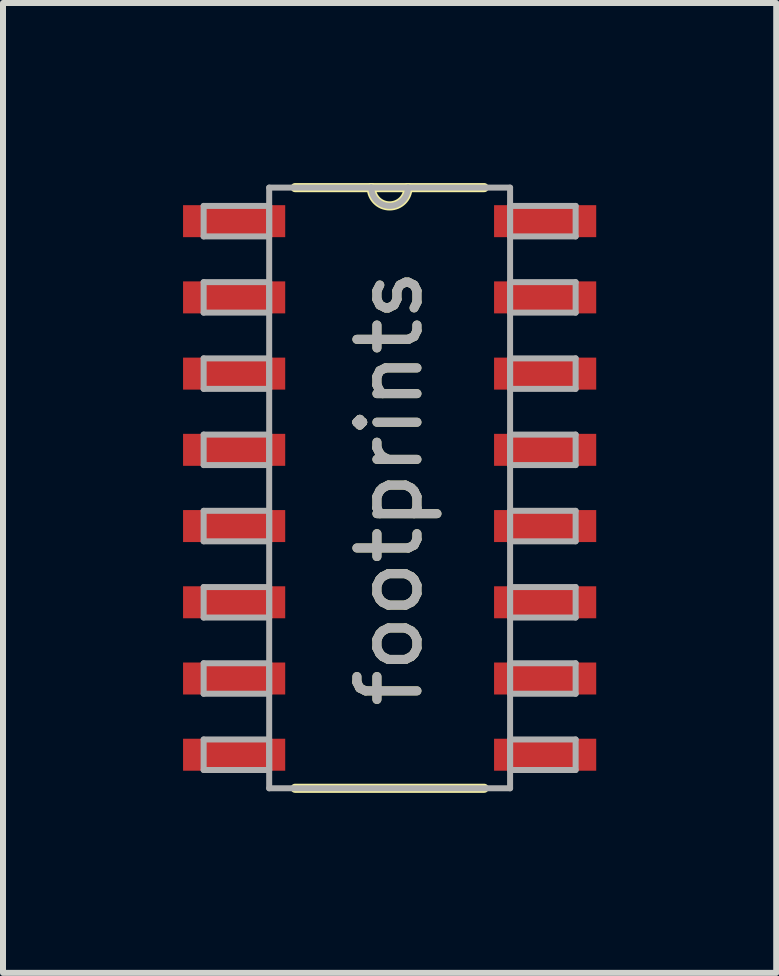
<source format=kicad_pcb>
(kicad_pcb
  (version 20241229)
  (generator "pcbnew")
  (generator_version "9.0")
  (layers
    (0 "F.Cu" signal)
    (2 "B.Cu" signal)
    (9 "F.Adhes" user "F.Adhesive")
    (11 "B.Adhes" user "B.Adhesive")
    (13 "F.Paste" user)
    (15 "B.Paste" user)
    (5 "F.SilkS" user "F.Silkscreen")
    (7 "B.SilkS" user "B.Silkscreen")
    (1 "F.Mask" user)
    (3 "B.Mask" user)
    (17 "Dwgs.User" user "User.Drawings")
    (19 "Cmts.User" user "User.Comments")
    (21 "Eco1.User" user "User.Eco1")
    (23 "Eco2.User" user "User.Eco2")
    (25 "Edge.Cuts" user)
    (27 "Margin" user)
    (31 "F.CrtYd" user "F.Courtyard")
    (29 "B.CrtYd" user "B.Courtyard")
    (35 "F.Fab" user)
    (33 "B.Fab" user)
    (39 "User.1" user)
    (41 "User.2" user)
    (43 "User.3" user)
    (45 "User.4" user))
  (footprint "footprints"
    (layer "F.Cu")
    (at 3.442 5.08)
    (property "Reference" "footprints" (at 0 0 90) (layer "F.SilkS") (effects (font (size 1 1) (thickness 0.15))))
    (attr through_hole)
    (fp_line (start -1.575 5.004) (end 1.575 5.004) (stroke (width 0.152) (type solid)) (layer "F.SilkS"))
    (fp_line (start -0.305 -5.004) (end -1.575 -5.004) (stroke (width 0.152) (type solid)) (layer "F.SilkS"))
    (fp_line (start 0.305 -5.004) (end -0.305 -5.004) (stroke (width 0.152) (type solid)) (layer "F.SilkS"))
    (fp_line (start 1.575 -5.004) (end 0.305 -5.004) (stroke (width 0.152) (type solid)) (layer "F.SilkS"))
    (fp_arc (start 0.3048 -5.0038) (mid 0 -4.699) (end -0.3048 -5.0038) (stroke (width 0.1524) (type solid)) (layer "F.SilkS"))
    (fp_line (start -3.099 -4.699) (end -3.099 -4.191) (stroke (width 0.1) (type solid)) (layer "F.Fab"))
    (fp_line (start -3.099 -4.191) (end -2.007 -4.191) (stroke (width 0.1) (type solid)) (layer "F.Fab"))
    (fp_line (start -3.099 -3.429) (end -3.099 -2.921) (stroke (width 0.1) (type solid)) (layer "F.Fab"))
    (fp_line (start -3.099 -2.921) (end -2.007 -2.921) (stroke (width 0.1) (type solid)) (layer "F.Fab"))
    (fp_line (start -3.099 -2.159) (end -3.099 -1.651) (stroke (width 0.1) (type solid)) (layer "F.Fab"))
    (fp_line (start -3.099 -1.651) (end -2.007 -1.651) (stroke (width 0.1) (type solid)) (layer "F.Fab"))
    (fp_line (start -3.099 -0.889) (end -3.099 -0.381) (stroke (width 0.1) (type solid)) (layer "F.Fab"))
    (fp_line (start -3.099 -0.381) (end -2.007 -0.381) (stroke (width 0.1) (type solid)) (layer "F.Fab"))
    (fp_line (start -3.099 0.381) (end -3.099 0.889) (stroke (width 0.1) (type solid)) (layer "F.Fab"))
    (fp_line (start -3.099 0.889) (end -2.007 0.889) (stroke (width 0.1) (type solid)) (layer "F.Fab"))
    (fp_line (start -3.099 1.651) (end -3.099 2.159) (stroke (width 0.1) (type solid)) (layer "F.Fab"))
    (fp_line (start -3.099 2.159) (end -2.007 2.159) (stroke (width 0.1) (type solid)) (layer "F.Fab"))
    (fp_line (start -3.099 2.921) (end -3.099 3.429) (stroke (width 0.1) (type solid)) (layer "F.Fab"))
    (fp_line (start -3.099 3.429) (end -2.007 3.429) (stroke (width 0.1) (type solid)) (layer "F.Fab"))
    (fp_line (start -3.099 4.191) (end -3.099 4.699) (stroke (width 0.1) (type solid)) (layer "F.Fab"))
    (fp_line (start -3.099 4.699) (end -2.007 4.699) (stroke (width 0.1) (type solid)) (layer "F.Fab"))
    (fp_line (start -2.007 -5.004) (end -2.007 5.004) (stroke (width 0.1) (type solid)) (layer "F.Fab"))
    (fp_line (start -2.007 -4.699) (end -3.099 -4.699) (stroke (width 0.1) (type solid)) (layer "F.Fab"))
    (fp_line (start -2.007 -4.191) (end -2.007 -4.699) (stroke (width 0.1) (type solid)) (layer "F.Fab"))
    (fp_line (start -2.007 -3.429) (end -3.099 -3.429) (stroke (width 0.1) (type solid)) (layer "F.Fab"))
    (fp_line (start -2.007 -2.921) (end -2.007 -3.429) (stroke (width 0.1) (type solid)) (layer "F.Fab"))
    (fp_line (start -2.007 -2.159) (end -3.099 -2.159) (stroke (width 0.1) (type solid)) (layer "F.Fab"))
    (fp_line (start -2.007 -1.651) (end -2.007 -2.159) (stroke (width 0.1) (type solid)) (layer "F.Fab"))
    (fp_line (start -2.007 -0.889) (end -3.099 -0.889) (stroke (width 0.1) (type solid)) (layer "F.Fab"))
    (fp_line (start -2.007 -0.381) (end -2.007 -0.889) (stroke (width 0.1) (type solid)) (layer "F.Fab"))
    (fp_line (start -2.007 0.381) (end -3.099 0.381) (stroke (width 0.1) (type solid)) (layer "F.Fab"))
    (fp_line (start -2.007 0.889) (end -2.007 0.381) (stroke (width 0.1) (type solid)) (layer "F.Fab"))
    (fp_line (start -2.007 1.651) (end -3.099 1.651) (stroke (width 0.1) (type solid)) (layer "F.Fab"))
    (fp_line (start -2.007 2.159) (end -2.007 1.651) (stroke (width 0.1) (type solid)) (layer "F.Fab"))
    (fp_line (start -2.007 2.921) (end -3.099 2.921) (stroke (width 0.1) (type solid)) (layer "F.Fab"))
    (fp_line (start -2.007 3.429) (end -2.007 2.921) (stroke (width 0.1) (type solid)) (layer "F.Fab"))
    (fp_line (start -2.007 4.191) (end -3.099 4.191) (stroke (width 0.1) (type solid)) (layer "F.Fab"))
    (fp_line (start -2.007 4.699) (end -2.007 4.191) (stroke (width 0.1) (type solid)) (layer "F.Fab"))
    (fp_line (start -2.007 5.004) (end 2.007 5.004) (stroke (width 0.1) (type solid)) (layer "F.Fab"))
    (fp_line (start -0.305 -5.004) (end -2.007 -5.004) (stroke (width 0.1) (type solid)) (layer "F.Fab"))
    (fp_line (start 0.305 -5.004) (end -0.305 -5.004) (stroke (width 0.1) (type solid)) (layer "F.Fab"))
    (fp_line (start 2.007 -5.004) (end 0.305 -5.004) (stroke (width 0.1) (type solid)) (layer "F.Fab"))
    (fp_line (start 2.007 -4.699) (end 2.007 -4.191) (stroke (width 0.1) (type solid)) (layer "F.Fab"))
    (fp_line (start 2.007 -4.191) (end 3.099 -4.191) (stroke (width 0.1) (type solid)) (layer "F.Fab"))
    (fp_line (start 2.007 -3.429) (end 2.007 -2.921) (stroke (width 0.1) (type solid)) (layer "F.Fab"))
    (fp_line (start 2.007 -2.921) (end 3.099 -2.921) (stroke (width 0.1) (type solid)) (layer "F.Fab"))
    (fp_line (start 2.007 -2.159) (end 2.007 -1.651) (stroke (width 0.1) (type solid)) (layer "F.Fab"))
    (fp_line (start 2.007 -1.651) (end 3.099 -1.651) (stroke (width 0.1) (type solid)) (layer "F.Fab"))
    (fp_line (start 2.007 -0.889) (end 2.007 -0.381) (stroke (width 0.1) (type solid)) (layer "F.Fab"))
    (fp_line (start 2.007 -0.381) (end 3.099 -0.381) (stroke (width 0.1) (type solid)) (layer "F.Fab"))
    (fp_line (start 2.007 0.381) (end 2.007 0.889) (stroke (width 0.1) (type solid)) (layer "F.Fab"))
    (fp_line (start 2.007 0.889) (end 3.099 0.889) (stroke (width 0.1) (type solid)) (layer "F.Fab"))
    (fp_line (start 2.007 1.651) (end 2.007 2.159) (stroke (width 0.1) (type solid)) (layer "F.Fab"))
    (fp_line (start 2.007 2.159) (end 3.099 2.159) (stroke (width 0.1) (type solid)) (layer "F.Fab"))
    (fp_line (start 2.007 2.921) (end 2.007 3.429) (stroke (width 0.1) (type solid)) (layer "F.Fab"))
    (fp_line (start 2.007 3.429) (end 3.099 3.429) (stroke (width 0.1) (type solid)) (layer "F.Fab"))
    (fp_line (start 2.007 4.191) (end 2.007 4.699) (stroke (width 0.1) (type solid)) (layer "F.Fab"))
    (fp_line (start 2.007 4.699) (end 3.099 4.699) (stroke (width 0.1) (type solid)) (layer "F.Fab"))
    (fp_line (start 2.007 5.004) (end 2.007 -5.004) (stroke (width 0.1) (type solid)) (layer "F.Fab"))
    (fp_line (start 3.099 -4.699) (end 2.007 -4.699) (stroke (width 0.1) (type solid)) (layer "F.Fab"))
    (fp_line (start 3.099 -4.191) (end 3.099 -4.699) (stroke (width 0.1) (type solid)) (layer "F.Fab"))
    (fp_line (start 3.099 -3.429) (end 2.007 -3.429) (stroke (width 0.1) (type solid)) (layer "F.Fab"))
    (fp_line (start 3.099 -2.921) (end 3.099 -3.429) (stroke (width 0.1) (type solid)) (layer "F.Fab"))
    (fp_line (start 3.099 -2.159) (end 2.007 -2.159) (stroke (width 0.1) (type solid)) (layer "F.Fab"))
    (fp_line (start 3.099 -1.651) (end 3.099 -2.159) (stroke (width 0.1) (type solid)) (layer "F.Fab"))
    (fp_line (start 3.099 -0.889) (end 2.007 -0.889) (stroke (width 0.1) (type solid)) (layer "F.Fab"))
    (fp_line (start 3.099 -0.381) (end 3.099 -0.889) (stroke (width 0.1) (type solid)) (layer "F.Fab"))
    (fp_line (start 3.099 0.381) (end 2.007 0.381) (stroke (width 0.1) (type solid)) (layer "F.Fab"))
    (fp_line (start 3.099 0.889) (end 3.099 0.381) (stroke (width 0.1) (type solid)) (layer "F.Fab"))
    (fp_line (start 3.099 1.651) (end 2.007 1.651) (stroke (width 0.1) (type solid)) (layer "F.Fab"))
    (fp_line (start 3.099 2.159) (end 3.099 1.651) (stroke (width 0.1) (type solid)) (layer "F.Fab"))
    (fp_line (start 3.099 2.921) (end 2.007 2.921) (stroke (width 0.1) (type solid)) (layer "F.Fab"))
    (fp_line (start 3.099 3.429) (end 3.099 2.921) (stroke (width 0.1) (type solid)) (layer "F.Fab"))
    (fp_line (start 3.099 4.191) (end 2.007 4.191) (stroke (width 0.1) (type solid)) (layer "F.Fab"))
    (fp_line (start 3.099 4.699) (end 3.099 4.191) (stroke (width 0.1) (type solid)) (layer "F.Fab"))
    (fp_arc (start 0.3048 -5.0038) (mid 0 -4.699) (end -0.3048 -5.0038) (stroke (width 0.1) (type solid)) (layer "F.Fab"))
    (fp_text user "${REFERENCE}" (at 0 0 90) (layer "F.Fab") (effects (font (size 1 1) (thickness 0.15))))
    (pad "1" smd rect (at -2.591 -4.445) (size 1.702 0.533) (layers "F.Cu" "F.Mask" "F.Paste"))
    (pad "2" smd rect (at -2.591 -3.175) (size 1.702 0.533) (layers "F.Cu" "F.Mask" "F.Paste"))
    (pad "3" smd rect (at -2.591 -1.905) (size 1.702 0.533) (layers "F.Cu" "F.Mask" "F.Paste"))
    (pad "4" smd rect (at -2.591 -0.635) (size 1.702 0.533) (layers "F.Cu" "F.Mask" "F.Paste"))
    (pad "5" smd rect (at -2.591 0.635) (size 1.702 0.533) (layers "F.Cu" "F.Mask" "F.Paste"))
    (pad "6" smd rect (at -2.591 1.905) (size 1.702 0.533) (layers "F.Cu" "F.Mask" "F.Paste"))
    (pad "7" smd rect (at -2.591 3.175) (size 1.702 0.533) (layers "F.Cu" "F.Mask" "F.Paste"))
    (pad "8" smd rect (at -2.591 4.445) (size 1.702 0.533) (layers "F.Cu" "F.Mask" "F.Paste"))
    (pad "9" smd rect (at 2.591 4.445) (size 1.702 0.533) (layers "F.Cu" "F.Mask" "F.Paste"))
    (pad "10" smd rect (at 2.591 3.175) (size 1.702 0.533) (layers "F.Cu" "F.Mask" "F.Paste"))
    (pad "11" smd rect (at 2.591 1.905) (size 1.702 0.533) (layers "F.Cu" "F.Mask" "F.Paste"))
    (pad "12" smd rect (at 2.591 0.635) (size 1.702 0.533) (layers "F.Cu" "F.Mask" "F.Paste"))
    (pad "13" smd rect (at 2.591 -0.635) (size 1.702 0.533) (layers "F.Cu" "F.Mask" "F.Paste"))
    (pad "14" smd rect (at 2.591 -1.905) (size 1.702 0.533) (layers "F.Cu" "F.Mask" "F.Paste"))
    (pad "15" smd rect (at 2.591 -3.175) (size 1.702 0.533) (layers "F.Cu" "F.Mask" "F.Paste"))
    (pad "16" smd rect (at 2.591 -4.445) (size 1.702 0.533) (layers "F.Cu" "F.Mask" "F.Paste")))
  (gr_rect
    (start -3 -3)
    (end 9.883 13.16)
    (stroke (width 0.1) (type default))
    (fill no)
    (layer "Edge.Cuts")))
</source>
